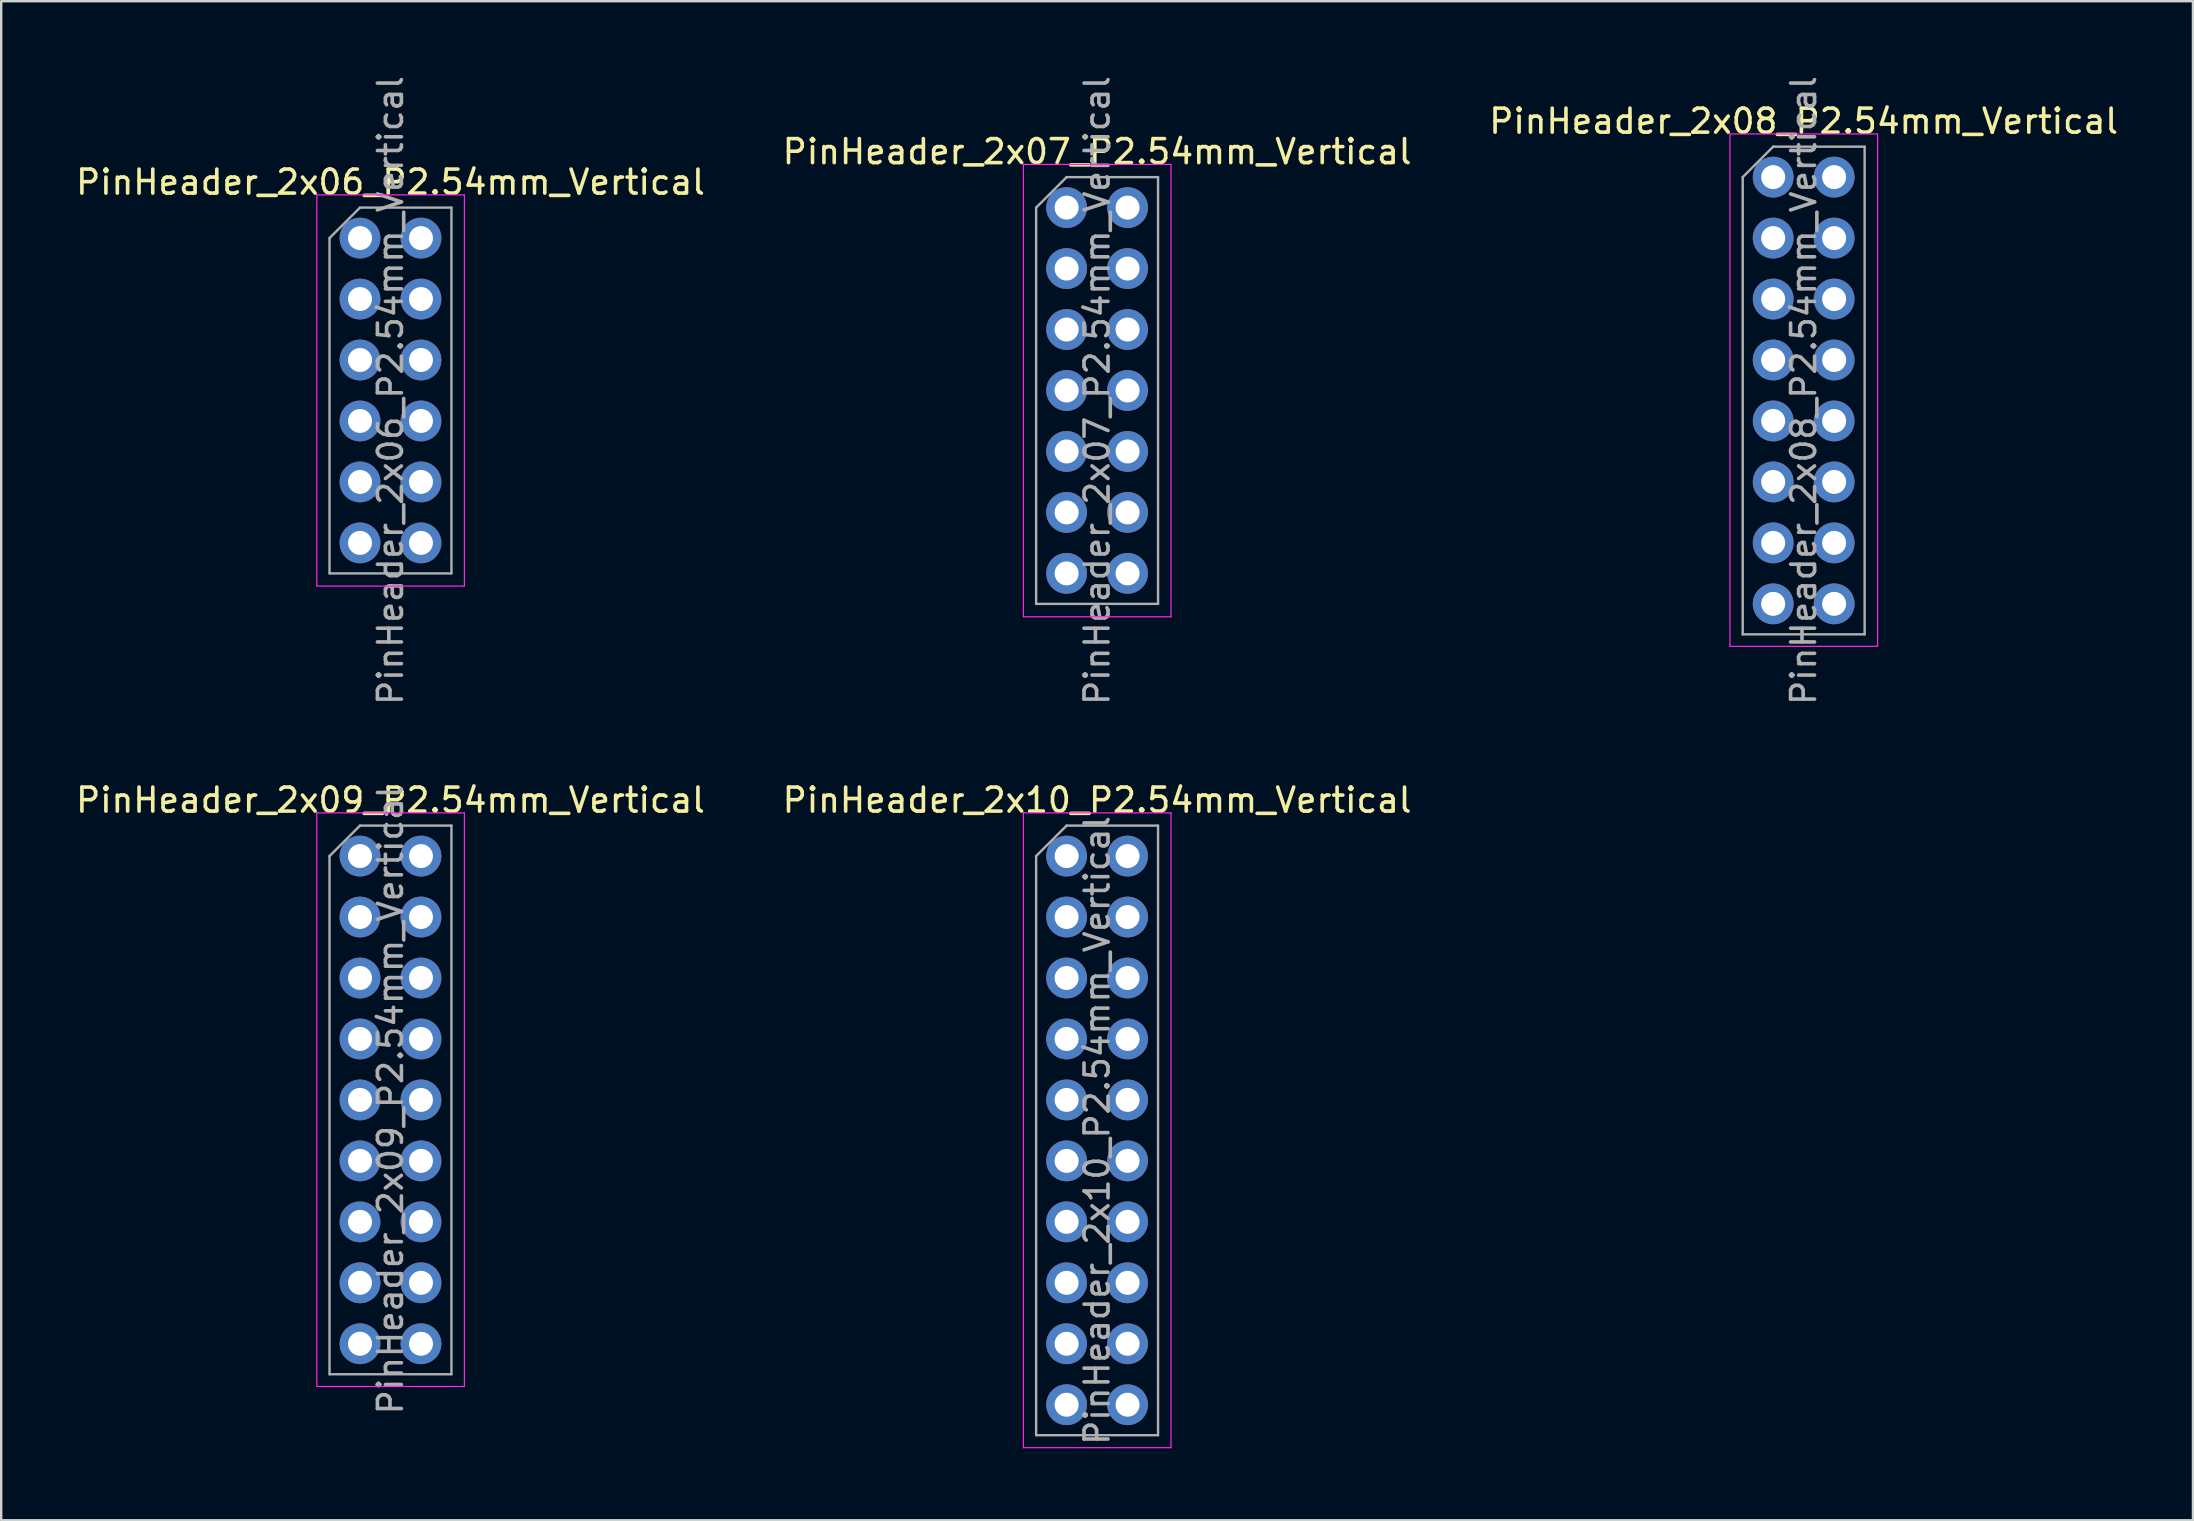
<source format=kicad_pcb>
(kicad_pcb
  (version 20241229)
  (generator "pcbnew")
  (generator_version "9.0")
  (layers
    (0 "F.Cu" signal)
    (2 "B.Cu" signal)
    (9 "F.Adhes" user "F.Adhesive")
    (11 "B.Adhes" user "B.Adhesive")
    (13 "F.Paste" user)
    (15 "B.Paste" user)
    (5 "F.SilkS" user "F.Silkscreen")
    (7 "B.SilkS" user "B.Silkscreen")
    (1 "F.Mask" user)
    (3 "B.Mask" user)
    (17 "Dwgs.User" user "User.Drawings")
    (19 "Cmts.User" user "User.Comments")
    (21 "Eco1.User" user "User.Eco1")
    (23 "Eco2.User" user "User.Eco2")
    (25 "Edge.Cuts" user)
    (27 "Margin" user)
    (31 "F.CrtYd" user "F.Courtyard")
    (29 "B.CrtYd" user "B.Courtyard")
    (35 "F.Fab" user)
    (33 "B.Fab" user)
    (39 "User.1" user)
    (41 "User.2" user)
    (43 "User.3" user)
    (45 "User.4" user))
  (footprint "PinHeader_2x09_P2.54mm_Vertical"
    (layer "F.Cu")
    (at 11.95 32.619)
    (property "Reference" "PinHeader_2x09_P2.54mm_Vertical" (at 1.27 -2.33 0) (layer "F.SilkS") (effects (font (size 1 1) (thickness 0.15))))
    (attr through_hole)
    (fp_line (start -1.8 -1.8) (end -1.8 22.1) (stroke (width 0.05) (type solid)) (layer "F.CrtYd"))
    (fp_line (start -1.8 22.1) (end 4.35 22.1) (stroke (width 0.05) (type solid)) (layer "F.CrtYd"))
    (fp_line (start 4.35 -1.8) (end -1.8 -1.8) (stroke (width 0.05) (type solid)) (layer "F.CrtYd"))
    (fp_line (start 4.35 22.1) (end 4.35 -1.8) (stroke (width 0.05) (type solid)) (layer "F.CrtYd"))
    (fp_line (start -1.27 0) (end 0 -1.27) (stroke (width 0.1) (type solid)) (layer "F.Fab"))
    (fp_line (start -1.27 21.59) (end -1.27 0) (stroke (width 0.1) (type solid)) (layer "F.Fab"))
    (fp_line (start 0 -1.27) (end 3.81 -1.27) (stroke (width 0.1) (type solid)) (layer "F.Fab"))
    (fp_line (start 3.81 -1.27) (end 3.81 21.59) (stroke (width 0.1) (type solid)) (layer "F.Fab"))
    (fp_line (start 3.81 21.59) (end -1.27 21.59) (stroke (width 0.1) (type solid)) (layer "F.Fab"))
    (fp_text user "${REFERENCE}" (at 1.27 10.16 90) (layer "F.Fab") (effects (font (size 1 1) (thickness 0.15))))
    (pad "1" thru_hole circle (at 0 0) (size 1.7 1.7) (drill 1) (layers "*.Cu" "*.Mask"))
    (pad "2" thru_hole oval (at 2.54 0) (size 1.7 1.7) (drill 1) (layers "*.Cu" "*.Mask"))
    (pad "3" thru_hole oval (at 0 2.54) (size 1.7 1.7) (drill 1) (layers "*.Cu" "*.Mask"))
    (pad "4" thru_hole oval (at 2.54 2.54) (size 1.7 1.7) (drill 1) (layers "*.Cu" "*.Mask"))
    (pad "5" thru_hole oval (at 0 5.08) (size 1.7 1.7) (drill 1) (layers "*.Cu" "*.Mask"))
    (pad "6" thru_hole oval (at 2.54 5.08) (size 1.7 1.7) (drill 1) (layers "*.Cu" "*.Mask"))
    (pad "7" thru_hole oval (at 0 7.62) (size 1.7 1.7) (drill 1) (layers "*.Cu" "*.Mask"))
    (pad "8" thru_hole oval (at 2.54 7.62) (size 1.7 1.7) (drill 1) (layers "*.Cu" "*.Mask"))
    (pad "9" thru_hole oval (at 0 10.16) (size 1.7 1.7) (drill 1) (layers "*.Cu" "*.Mask"))
    (pad "10" thru_hole oval (at 2.54 10.16) (size 1.7 1.7) (drill 1) (layers "*.Cu" "*.Mask"))
    (pad "11" thru_hole oval (at 0 12.7) (size 1.7 1.7) (drill 1) (layers "*.Cu" "*.Mask"))
    (pad "12" thru_hole oval (at 2.54 12.7) (size 1.7 1.7) (drill 1) (layers "*.Cu" "*.Mask"))
    (pad "13" thru_hole oval (at 0 15.24) (size 1.7 1.7) (drill 1) (layers "*.Cu" "*.Mask"))
    (pad "14" thru_hole oval (at 2.54 15.24) (size 1.7 1.7) (drill 1) (layers "*.Cu" "*.Mask"))
    (pad "15" thru_hole oval (at 0 17.78) (size 1.7 1.7) (drill 1) (layers "*.Cu" "*.Mask"))
    (pad "16" thru_hole oval (at 2.54 17.78) (size 1.7 1.7) (drill 1) (layers "*.Cu" "*.Mask"))
    (pad "17" thru_hole oval (at 0 20.32) (size 1.7 1.7) (drill 1) (layers "*.Cu" "*.Mask"))
    (pad "18" thru_hole oval (at 2.54 20.32) (size 1.7 1.7) (drill 1) (layers "*.Cu" "*.Mask")))
  (footprint "PinHeader_2x06_P2.54mm_Vertical"
    (layer "F.Cu")
    (at 11.95 6.87)
    (property "Reference" "PinHeader_2x06_P2.54mm_Vertical" (at 1.27 -2.33 0) (layer "F.SilkS") (effects (font (size 1 1) (thickness 0.15))))
    (attr through_hole)
    (fp_line (start -1.8 -1.8) (end -1.8 14.5) (stroke (width 0.05) (type solid)) (layer "F.CrtYd"))
    (fp_line (start -1.8 14.5) (end 4.35 14.5) (stroke (width 0.05) (type solid)) (layer "F.CrtYd"))
    (fp_line (start 4.35 -1.8) (end -1.8 -1.8) (stroke (width 0.05) (type solid)) (layer "F.CrtYd"))
    (fp_line (start 4.35 14.5) (end 4.35 -1.8) (stroke (width 0.05) (type solid)) (layer "F.CrtYd"))
    (fp_line (start -1.27 0) (end 0 -1.27) (stroke (width 0.1) (type solid)) (layer "F.Fab"))
    (fp_line (start -1.27 13.97) (end -1.27 0) (stroke (width 0.1) (type solid)) (layer "F.Fab"))
    (fp_line (start 0 -1.27) (end 3.81 -1.27) (stroke (width 0.1) (type solid)) (layer "F.Fab"))
    (fp_line (start 3.81 -1.27) (end 3.81 13.97) (stroke (width 0.1) (type solid)) (layer "F.Fab"))
    (fp_line (start 3.81 13.97) (end -1.27 13.97) (stroke (width 0.1) (type solid)) (layer "F.Fab"))
    (fp_text user "${REFERENCE}" (at 1.27 6.35 90) (layer "F.Fab") (effects (font (size 1 1) (thickness 0.15))))
    (pad "1" thru_hole circle (at 0 0) (size 1.7 1.7) (drill 1) (layers "*.Cu" "*.Mask"))
    (pad "2" thru_hole oval (at 2.54 0) (size 1.7 1.7) (drill 1) (layers "*.Cu" "*.Mask"))
    (pad "3" thru_hole oval (at 0 2.54) (size 1.7 1.7) (drill 1) (layers "*.Cu" "*.Mask"))
    (pad "4" thru_hole oval (at 2.54 2.54) (size 1.7 1.7) (drill 1) (layers "*.Cu" "*.Mask"))
    (pad "5" thru_hole oval (at 0 5.08) (size 1.7 1.7) (drill 1) (layers "*.Cu" "*.Mask"))
    (pad "6" thru_hole oval (at 2.54 5.08) (size 1.7 1.7) (drill 1) (layers "*.Cu" "*.Mask"))
    (pad "7" thru_hole oval (at 0 7.62) (size 1.7 1.7) (drill 1) (layers "*.Cu" "*.Mask"))
    (pad "8" thru_hole oval (at 2.54 7.62) (size 1.7 1.7) (drill 1) (layers "*.Cu" "*.Mask"))
    (pad "9" thru_hole oval (at 0 10.16) (size 1.7 1.7) (drill 1) (layers "*.Cu" "*.Mask"))
    (pad "10" thru_hole oval (at 2.54 10.16) (size 1.7 1.7) (drill 1) (layers "*.Cu" "*.Mask"))
    (pad "11" thru_hole oval (at 0 12.7) (size 1.7 1.7) (drill 1) (layers "*.Cu" "*.Mask"))
    (pad "12" thru_hole oval (at 2.54 12.7) (size 1.7 1.7) (drill 1) (layers "*.Cu" "*.Mask")))
  (footprint "PinHeader_2x10_P2.54mm_Vertical"
    (layer "F.Cu")
    (at 41.391 32.619)
    (property "Reference" "PinHeader_2x10_P2.54mm_Vertical" (at 1.27 -2.33 0) (layer "F.SilkS") (effects (font (size 1 1) (thickness 0.15))))
    (attr through_hole)
    (fp_line (start -1.8 -1.8) (end -1.8 24.65) (stroke (width 0.05) (type solid)) (layer "F.CrtYd"))
    (fp_line (start -1.8 24.65) (end 4.35 24.65) (stroke (width 0.05) (type solid)) (layer "F.CrtYd"))
    (fp_line (start 4.35 -1.8) (end -1.8 -1.8) (stroke (width 0.05) (type solid)) (layer "F.CrtYd"))
    (fp_line (start 4.35 24.65) (end 4.35 -1.8) (stroke (width 0.05) (type solid)) (layer "F.CrtYd"))
    (fp_line (start -1.27 0) (end 0 -1.27) (stroke (width 0.1) (type solid)) (layer "F.Fab"))
    (fp_line (start -1.27 24.13) (end -1.27 0) (stroke (width 0.1) (type solid)) (layer "F.Fab"))
    (fp_line (start 0 -1.27) (end 3.81 -1.27) (stroke (width 0.1) (type solid)) (layer "F.Fab"))
    (fp_line (start 3.81 -1.27) (end 3.81 24.13) (stroke (width 0.1) (type solid)) (layer "F.Fab"))
    (fp_line (start 3.81 24.13) (end -1.27 24.13) (stroke (width 0.1) (type solid)) (layer "F.Fab"))
    (fp_text user "${REFERENCE}" (at 1.27 11.43 90) (layer "F.Fab") (effects (font (size 1 1) (thickness 0.15))))
    (pad "1" thru_hole circle (at 0 0) (size 1.7 1.7) (drill 1) (layers "*.Cu" "*.Mask"))
    (pad "2" thru_hole oval (at 2.54 0) (size 1.7 1.7) (drill 1) (layers "*.Cu" "*.Mask"))
    (pad "3" thru_hole oval (at 0 2.54) (size 1.7 1.7) (drill 1) (layers "*.Cu" "*.Mask"))
    (pad "4" thru_hole oval (at 2.54 2.54) (size 1.7 1.7) (drill 1) (layers "*.Cu" "*.Mask"))
    (pad "5" thru_hole oval (at 0 5.08) (size 1.7 1.7) (drill 1) (layers "*.Cu" "*.Mask"))
    (pad "6" thru_hole oval (at 2.54 5.08) (size 1.7 1.7) (drill 1) (layers "*.Cu" "*.Mask"))
    (pad "7" thru_hole oval (at 0 7.62) (size 1.7 1.7) (drill 1) (layers "*.Cu" "*.Mask"))
    (pad "8" thru_hole oval (at 2.54 7.62) (size 1.7 1.7) (drill 1) (layers "*.Cu" "*.Mask"))
    (pad "9" thru_hole oval (at 0 10.16) (size 1.7 1.7) (drill 1) (layers "*.Cu" "*.Mask"))
    (pad "10" thru_hole oval (at 2.54 10.16) (size 1.7 1.7) (drill 1) (layers "*.Cu" "*.Mask"))
    (pad "11" thru_hole oval (at 0 12.7) (size 1.7 1.7) (drill 1) (layers "*.Cu" "*.Mask"))
    (pad "12" thru_hole oval (at 2.54 12.7) (size 1.7 1.7) (drill 1) (layers "*.Cu" "*.Mask"))
    (pad "13" thru_hole oval (at 0 15.24) (size 1.7 1.7) (drill 1) (layers "*.Cu" "*.Mask"))
    (pad "14" thru_hole oval (at 2.54 15.24) (size 1.7 1.7) (drill 1) (layers "*.Cu" "*.Mask"))
    (pad "15" thru_hole oval (at 0 17.78) (size 1.7 1.7) (drill 1) (layers "*.Cu" "*.Mask"))
    (pad "16" thru_hole oval (at 2.54 17.78) (size 1.7 1.7) (drill 1) (layers "*.Cu" "*.Mask"))
    (pad "17" thru_hole oval (at 0 20.32) (size 1.7 1.7) (drill 1) (layers "*.Cu" "*.Mask"))
    (pad "18" thru_hole oval (at 2.54 20.32) (size 1.7 1.7) (drill 1) (layers "*.Cu" "*.Mask"))
    (pad "19" thru_hole oval (at 0 22.86) (size 1.7 1.7) (drill 1) (layers "*.Cu" "*.Mask"))
    (pad "20" thru_hole oval (at 2.54 22.86) (size 1.7 1.7) (drill 1) (layers "*.Cu" "*.Mask")))
  (footprint "PinHeader_2x07_P2.54mm_Vertical"
    (layer "F.Cu")
    (at 41.391 5.6)
    (property "Reference" "PinHeader_2x07_P2.54mm_Vertical" (at 1.27 -2.33 0) (layer "F.SilkS") (effects (font (size 1 1) (thickness 0.15))))
    (attr through_hole)
    (fp_line (start -1.8 -1.8) (end -1.8 17.05) (stroke (width 0.05) (type solid)) (layer "F.CrtYd"))
    (fp_line (start -1.8 17.05) (end 4.35 17.05) (stroke (width 0.05) (type solid)) (layer "F.CrtYd"))
    (fp_line (start 4.35 -1.8) (end -1.8 -1.8) (stroke (width 0.05) (type solid)) (layer "F.CrtYd"))
    (fp_line (start 4.35 17.05) (end 4.35 -1.8) (stroke (width 0.05) (type solid)) (layer "F.CrtYd"))
    (fp_line (start -1.27 0) (end 0 -1.27) (stroke (width 0.1) (type solid)) (layer "F.Fab"))
    (fp_line (start -1.27 16.51) (end -1.27 0) (stroke (width 0.1) (type solid)) (layer "F.Fab"))
    (fp_line (start 0 -1.27) (end 3.81 -1.27) (stroke (width 0.1) (type solid)) (layer "F.Fab"))
    (fp_line (start 3.81 -1.27) (end 3.81 16.51) (stroke (width 0.1) (type solid)) (layer "F.Fab"))
    (fp_line (start 3.81 16.51) (end -1.27 16.51) (stroke (width 0.1) (type solid)) (layer "F.Fab"))
    (fp_text user "${REFERENCE}" (at 1.27 7.62 90) (layer "F.Fab") (effects (font (size 1 1) (thickness 0.15))))
    (pad "1" thru_hole circle (at 0 0) (size 1.7 1.7) (drill 1) (layers "*.Cu" "*.Mask"))
    (pad "2" thru_hole oval (at 2.54 0) (size 1.7 1.7) (drill 1) (layers "*.Cu" "*.Mask"))
    (pad "3" thru_hole oval (at 0 2.54) (size 1.7 1.7) (drill 1) (layers "*.Cu" "*.Mask"))
    (pad "4" thru_hole oval (at 2.54 2.54) (size 1.7 1.7) (drill 1) (layers "*.Cu" "*.Mask"))
    (pad "5" thru_hole oval (at 0 5.08) (size 1.7 1.7) (drill 1) (layers "*.Cu" "*.Mask"))
    (pad "6" thru_hole oval (at 2.54 5.08) (size 1.7 1.7) (drill 1) (layers "*.Cu" "*.Mask"))
    (pad "7" thru_hole oval (at 0 7.62) (size 1.7 1.7) (drill 1) (layers "*.Cu" "*.Mask"))
    (pad "8" thru_hole oval (at 2.54 7.62) (size 1.7 1.7) (drill 1) (layers "*.Cu" "*.Mask"))
    (pad "9" thru_hole oval (at 0 10.16) (size 1.7 1.7) (drill 1) (layers "*.Cu" "*.Mask"))
    (pad "10" thru_hole oval (at 2.54 10.16) (size 1.7 1.7) (drill 1) (layers "*.Cu" "*.Mask"))
    (pad "11" thru_hole oval (at 0 12.7) (size 1.7 1.7) (drill 1) (layers "*.Cu" "*.Mask"))
    (pad "12" thru_hole oval (at 2.54 12.7) (size 1.7 1.7) (drill 1) (layers "*.Cu" "*.Mask"))
    (pad "13" thru_hole oval (at 0 15.24) (size 1.7 1.7) (drill 1) (layers "*.Cu" "*.Mask"))
    (pad "14" thru_hole oval (at 2.54 15.24) (size 1.7 1.7) (drill 1) (layers "*.Cu" "*.Mask")))
  (footprint "PinHeader_2x08_P2.54mm_Vertical"
    (layer "F.Cu")
    (at 70.831 4.33)
    (property "Reference" "PinHeader_2x08_P2.54mm_Vertical" (at 1.27 -2.33 0) (layer "F.SilkS") (effects (font (size 1 1) (thickness 0.15))))
    (attr through_hole)
    (fp_line (start -1.8 -1.8) (end -1.8 19.55) (stroke (width 0.05) (type solid)) (layer "F.CrtYd"))
    (fp_line (start -1.8 19.55) (end 4.35 19.55) (stroke (width 0.05) (type solid)) (layer "F.CrtYd"))
    (fp_line (start 4.35 -1.8) (end -1.8 -1.8) (stroke (width 0.05) (type solid)) (layer "F.CrtYd"))
    (fp_line (start 4.35 19.55) (end 4.35 -1.8) (stroke (width 0.05) (type solid)) (layer "F.CrtYd"))
    (fp_line (start -1.27 0) (end 0 -1.27) (stroke (width 0.1) (type solid)) (layer "F.Fab"))
    (fp_line (start -1.27 19.05) (end -1.27 0) (stroke (width 0.1) (type solid)) (layer "F.Fab"))
    (fp_line (start 0 -1.27) (end 3.81 -1.27) (stroke (width 0.1) (type solid)) (layer "F.Fab"))
    (fp_line (start 3.81 -1.27) (end 3.81 19.05) (stroke (width 0.1) (type solid)) (layer "F.Fab"))
    (fp_line (start 3.81 19.05) (end -1.27 19.05) (stroke (width 0.1) (type solid)) (layer "F.Fab"))
    (fp_text user "${REFERENCE}" (at 1.27 8.89 90) (layer "F.Fab") (effects (font (size 1 1) (thickness 0.15))))
    (pad "1" thru_hole circle (at 0 0) (size 1.7 1.7) (drill 1) (layers "*.Cu" "*.Mask"))
    (pad "2" thru_hole oval (at 2.54 0) (size 1.7 1.7) (drill 1) (layers "*.Cu" "*.Mask"))
    (pad "3" thru_hole oval (at 0 2.54) (size 1.7 1.7) (drill 1) (layers "*.Cu" "*.Mask"))
    (pad "4" thru_hole oval (at 2.54 2.54) (size 1.7 1.7) (drill 1) (layers "*.Cu" "*.Mask"))
    (pad "5" thru_hole oval (at 0 5.08) (size 1.7 1.7) (drill 1) (layers "*.Cu" "*.Mask"))
    (pad "6" thru_hole oval (at 2.54 5.08) (size 1.7 1.7) (drill 1) (layers "*.Cu" "*.Mask"))
    (pad "7" thru_hole oval (at 0 7.62) (size 1.7 1.7) (drill 1) (layers "*.Cu" "*.Mask"))
    (pad "8" thru_hole oval (at 2.54 7.62) (size 1.7 1.7) (drill 1) (layers "*.Cu" "*.Mask"))
    (pad "9" thru_hole oval (at 0 10.16) (size 1.7 1.7) (drill 1) (layers "*.Cu" "*.Mask"))
    (pad "10" thru_hole oval (at 2.54 10.16) (size 1.7 1.7) (drill 1) (layers "*.Cu" "*.Mask"))
    (pad "11" thru_hole oval (at 0 12.7) (size 1.7 1.7) (drill 1) (layers "*.Cu" "*.Mask"))
    (pad "12" thru_hole oval (at 2.54 12.7) (size 1.7 1.7) (drill 1) (layers "*.Cu" "*.Mask"))
    (pad "13" thru_hole oval (at 0 15.24) (size 1.7 1.7) (drill 1) (layers "*.Cu" "*.Mask"))
    (pad "14" thru_hole oval (at 2.54 15.24) (size 1.7 1.7) (drill 1) (layers "*.Cu" "*.Mask"))
    (pad "15" thru_hole oval (at 0 17.78) (size 1.7 1.7) (drill 1) (layers "*.Cu" "*.Mask"))
    (pad "16" thru_hole oval (at 2.54 17.78) (size 1.7 1.7) (drill 1) (layers "*.Cu" "*.Mask")))
  (gr_rect
    (start -3 -3)
    (end 88.321 60.294)
    (stroke (width 0.1) (type default))
    (fill no)
    (layer "Edge.Cuts")))
</source>
